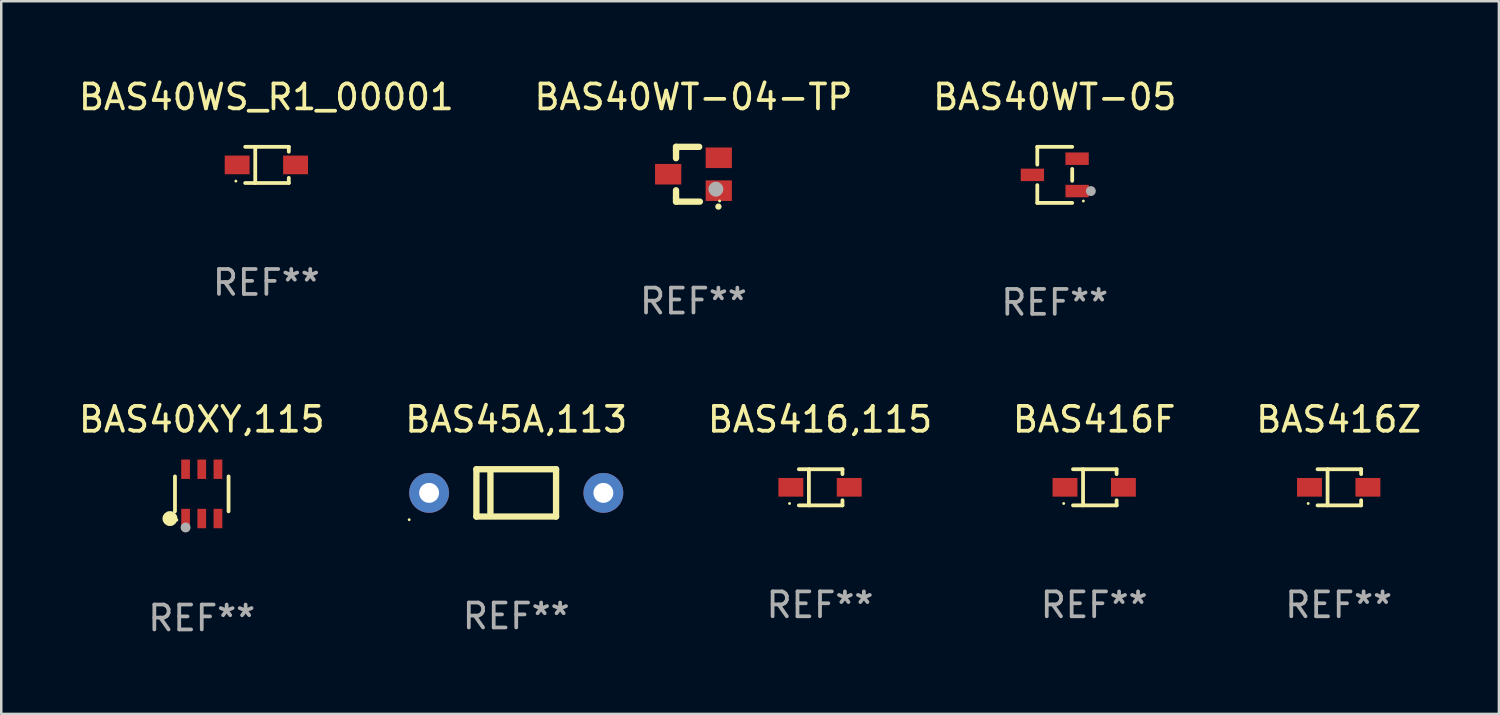
<source format=kicad_pcb>
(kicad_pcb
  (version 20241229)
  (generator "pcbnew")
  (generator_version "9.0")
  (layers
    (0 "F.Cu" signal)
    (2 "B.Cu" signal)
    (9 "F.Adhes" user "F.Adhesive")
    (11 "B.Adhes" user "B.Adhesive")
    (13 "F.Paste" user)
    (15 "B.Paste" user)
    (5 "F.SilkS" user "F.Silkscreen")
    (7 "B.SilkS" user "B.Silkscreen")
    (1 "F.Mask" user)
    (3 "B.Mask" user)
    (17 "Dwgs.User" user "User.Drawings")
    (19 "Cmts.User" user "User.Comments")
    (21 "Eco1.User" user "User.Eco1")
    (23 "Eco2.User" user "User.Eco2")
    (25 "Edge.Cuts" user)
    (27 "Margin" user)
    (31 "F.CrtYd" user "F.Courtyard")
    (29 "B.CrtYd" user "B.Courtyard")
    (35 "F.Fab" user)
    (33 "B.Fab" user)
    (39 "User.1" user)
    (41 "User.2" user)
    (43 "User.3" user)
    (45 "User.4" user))
  (footprint "BAS40XY,115"
    (layer "F.Cu")
    (at 5.054 16.787)
    (property "Reference" "BAS40XY,115" (at 0 -2.99 0) (layer "F.SilkS") (effects (font (size 1 1) (thickness 0.15))))
    (attr through_hole)
    (fp_line (start -1.076 0.701) (end -1.076 -0.701) (stroke (width 0.152) (type solid)) (layer "F.SilkS"))
    (fp_line (start 1.076 0.701) (end 1.076 -0.701) (stroke (width 0.152) (type solid)) (layer "F.SilkS"))
    (fp_circle (center -1.277 0.992) (end -1.127 0.992) (stroke (width 0.3) (type solid)) (fill no) (layer "F.SilkS"))
    (fp_circle (center -1 1.05) (end -0.97 1.05) (stroke (width 0.06) (type solid)) (fill no) (layer "F.SilkS"))
    (fp_circle (center -0.65 1.35) (end -0.55 1.35) (stroke (width 0.2) (type solid)) (fill no) (layer "F.Fab"))
    (fp_text user "REF**" (at 0 4.99 0) (layer "F.Fab") (effects (font (size 1 1) (thickness 0.15))))
    (pad "1" smd rect (at -0.65 0.99) (size 0.35 0.78) (layers "F.Cu" "F.Mask" "F.Paste"))
    (pad "2" smd rect (at 0 0.99) (size 0.35 0.78) (layers "F.Cu" "F.Mask" "F.Paste"))
    (pad "3" smd rect (at 0.65 0.99) (size 0.35 0.78) (layers "F.Cu" "F.Mask" "F.Paste"))
    (pad "4" smd rect (at 0.65 -0.99) (size 0.35 0.78) (layers "F.Cu" "F.Mask" "F.Paste"))
    (pad "5" smd rect (at 0 -0.99) (size 0.35 0.78) (layers "F.Cu" "F.Mask" "F.Paste"))
    (pad "6" smd rect (at -0.65 -0.99) (size 0.35 0.78) (layers "F.Cu" "F.Mask" "F.Paste")))
  (footprint "BAS416,115"
    (layer "F.Cu")
    (at 29.887 16.523)
    (property "Reference" "BAS416,115" (at 0 -2.726 0) (layer "F.SilkS") (effects (font (size 1 1) (thickness 0.15))))
    (attr through_hole)
    (fp_line (start -0.851 -0.726) (end 0.901 -0.726) (stroke (width 0.152) (type solid)) (layer "F.SilkS"))
    (fp_line (start -0.851 0.726) (end 0.901 0.726) (stroke (width 0.152) (type solid)) (layer "F.SilkS"))
    (fp_line (start -0.447 -0.726) (end -0.447 0.726) (stroke (width 0.152) (type solid)) (layer "F.SilkS"))
    (fp_line (start 0.901 -0.726) (end 0.901 -0.53) (stroke (width 0.152) (type solid)) (layer "F.SilkS"))
    (fp_line (start 0.901 0.726) (end 0.901 0.52) (stroke (width 0.152) (type solid)) (layer "F.SilkS"))
    (fp_circle (center -1.225 0.65) (end -1.195 0.65) (stroke (width 0.06) (type solid)) (fill no) (layer "F.SilkS"))
    (fp_text user "REF**" (at 0 4.726 0) (layer "F.Fab") (effects (font (size 1 1) (thickness 0.15))))
    (pad "1" smd rect (at -1.173 0) (size 1 0.75) (layers "F.Cu" "F.Mask" "F.Paste"))
    (pad "2" smd rect (at 1.173 0) (size 1 0.75) (layers "F.Cu" "F.Mask" "F.Paste")))
  (footprint "BAS40WS_R1_00001"
    (layer "F.Cu")
    (at 7.649 3.574)
    (property "Reference" "BAS40WS_R1_00001" (at 0 -2.726 0) (layer "F.SilkS") (effects (font (size 1 1) (thickness 0.15))))
    (attr through_hole)
    (fp_line (start -0.851 -0.726) (end 0.901 -0.726) (stroke (width 0.152) (type solid)) (layer "F.SilkS"))
    (fp_line (start -0.851 0.726) (end 0.901 0.726) (stroke (width 0.152) (type solid)) (layer "F.SilkS"))
    (fp_line (start -0.447 -0.726) (end -0.447 0.726) (stroke (width 0.152) (type solid)) (layer "F.SilkS"))
    (fp_line (start 0.901 -0.726) (end 0.901 -0.53) (stroke (width 0.152) (type solid)) (layer "F.SilkS"))
    (fp_line (start 0.901 0.726) (end 0.901 0.52) (stroke (width 0.152) (type solid)) (layer "F.SilkS"))
    (fp_circle (center -1.225 0.65) (end -1.195 0.65) (stroke (width 0.06) (type solid)) (fill no) (layer "F.SilkS"))
    (fp_text user "REF**" (at 0 4.726 0) (layer "F.Fab") (effects (font (size 1 1) (thickness 0.15))))
    (pad "1" smd rect (at -1.173 0) (size 1 0.75) (layers "F.Cu" "F.Mask" "F.Paste"))
    (pad "2" smd rect (at 1.173 0) (size 1 0.75) (layers "F.Cu" "F.Mask" "F.Paste")))
  (footprint "BAS416F"
    (layer "F.Cu")
    (at 40.899 16.523)
    (property "Reference" "BAS416F" (at 0 -2.726 0) (layer "F.SilkS") (effects (font (size 1 1) (thickness 0.15))))
    (attr through_hole)
    (fp_line (start -0.851 -0.726) (end 0.901 -0.726) (stroke (width 0.152) (type solid)) (layer "F.SilkS"))
    (fp_line (start -0.851 0.726) (end 0.901 0.726) (stroke (width 0.152) (type solid)) (layer "F.SilkS"))
    (fp_line (start -0.447 -0.726) (end -0.447 0.726) (stroke (width 0.152) (type solid)) (layer "F.SilkS"))
    (fp_line (start 0.901 -0.726) (end 0.901 -0.53) (stroke (width 0.152) (type solid)) (layer "F.SilkS"))
    (fp_line (start 0.901 0.726) (end 0.901 0.52) (stroke (width 0.152) (type solid)) (layer "F.SilkS"))
    (fp_circle (center -1.225 0.65) (end -1.195 0.65) (stroke (width 0.06) (type solid)) (fill no) (layer "F.SilkS"))
    (fp_text user "REF**" (at 0 4.726 0) (layer "F.Fab") (effects (font (size 1 1) (thickness 0.15))))
    (pad "1" smd rect (at -1.173 0) (size 1 0.75) (layers "F.Cu" "F.Mask" "F.Paste"))
    (pad "2" smd rect (at 1.173 0) (size 1 0.75) (layers "F.Cu" "F.Mask" "F.Paste")))
  (footprint "BAS45A,113"
    (layer "F.Cu")
    (at 17.685 16.747)
    (property "Reference" "BAS45A,113" (at 0 -2.95 0) (layer "F.SilkS") (effects (font (size 1 1) (thickness 0.15))))
    (attr through_hole)
    (fp_line (start -1.6 -0.95) (end -1.6 0.95) (stroke (width 0.254) (type solid)) (layer "F.SilkS"))
    (fp_line (start -1.6 -0.95) (end 1.6 -0.95) (stroke (width 0.254) (type solid)) (layer "F.SilkS"))
    (fp_line (start -1.6 0.95) (end 1.6 0.95) (stroke (width 0.254) (type solid)) (layer "F.SilkS"))
    (fp_line (start -1.037 -0.8) (end -1.037 0.8) (stroke (width 0.254) (type solid)) (layer "F.SilkS"))
    (fp_line (start 1.6 0.95) (end 1.6 -0.95) (stroke (width 0.254) (type solid)) (layer "F.SilkS"))
    (fp_circle (center -4.3 1.077) (end -4.27 1.077) (stroke (width 0.06) (type solid)) (fill no) (layer "F.SilkS"))
    (fp_text user "REF**" (at 0 4.95 0) (layer "F.Fab") (effects (font (size 1 1) (thickness 0.15))))
    (pad "1" thru_hole circle (at -3.5 0) (size 1.6 1.6) (drill 0.8) (layers "*.Cu" "*.Mask"))
    (pad "2" thru_hole circle (at 3.5 0) (size 1.6 1.6) (drill 0.8) (layers "*.Cu" "*.Mask")))
  (footprint "BAS40WT-05"
    (layer "F.Cu")
    (at 39.315 3.974)
    (property "Reference" "BAS40WT-05" (at 0 -3.126 0) (layer "F.SilkS") (effects (font (size 1 1) (thickness 0.15))))
    (attr through_hole)
    (fp_line (start -0.701 -1.126) (end -0.701 -0.411) (stroke (width 0.152) (type solid)) (layer "F.SilkS"))
    (fp_line (start -0.701 1.126) (end -0.701 0.411) (stroke (width 0.152) (type solid)) (layer "F.SilkS"))
    (fp_line (start 0.701 -1.126) (end -0.701 -1.126) (stroke (width 0.152) (type solid)) (layer "F.SilkS"))
    (fp_line (start 0.701 -0.239) (end 0.701 0.239) (stroke (width 0.152) (type solid)) (layer "F.SilkS"))
    (fp_line (start 0.701 1.126) (end -0.701 1.126) (stroke (width 0.152) (type solid)) (layer "F.SilkS"))
    (fp_circle (center 1.15 1.05) (end 1.18 1.05) (stroke (width 0.06) (type solid)) (fill no) (layer "F.SilkS"))
    (fp_circle (center 1.45 0.65) (end 1.55 0.65) (stroke (width 0.2) (type solid)) (fill no) (layer "F.Fab"))
    (fp_text user "REF**" (at 0 5.126 0) (layer "F.Fab") (effects (font (size 1 1) (thickness 0.15))))
    (pad "1" smd rect (at 0.898 0.65) (size 0.936 0.5) (layers "F.Cu" "F.Mask" "F.Paste"))
    (pad "2" smd rect (at 0.898 -0.65) (size 0.936 0.5) (layers "F.Cu" "F.Mask" "F.Paste"))
    (pad "3" smd rect (at -0.898 0) (size 0.936 0.5) (layers "F.Cu" "F.Mask" "F.Paste")))
  (footprint "BAS40WT-04-TP"
    (layer "F.Cu")
    (at 24.804 3.948)
    (property "Reference" "BAS40WT-04-TP" (at 0 -3.1 0) (layer "F.SilkS") (effects (font (size 1 1) (thickness 0.15))))
    (attr through_hole)
    (fp_line (start -0.701 -0.95) (end -0.701 -1.1) (stroke (width 0.254) (type solid)) (layer "F.SilkS"))
    (fp_line (start -0.701 -0.644) (end -0.701 -0.95) (stroke (width 0.254) (type solid)) (layer "F.SilkS"))
    (fp_line (start -0.701 0.95) (end -0.701 0.644) (stroke (width 0.254) (type solid)) (layer "F.SilkS"))
    (fp_line (start -0.701 0.95) (end -0.701 1.1) (stroke (width 0.254) (type solid)) (layer "F.SilkS"))
    (fp_line (start -0.7 -1.1) (end 0.23 -1.1) (stroke (width 0.254) (type solid)) (layer "F.SilkS"))
    (fp_line (start -0.7 1.1) (end 0.258 1.1) (stroke (width 0.254) (type solid)) (layer "F.SilkS"))
    (fp_arc (start 1 1.3) (mid 1.00127 1.299994) (end 1.00254 1.3) (stroke (width 0.24892) (type solid)) (layer "F.SilkS"))
    (fp_circle (center 1.05 1.075) (end 1.08 1.075) (stroke (width 0.06) (type solid)) (fill no) (layer "F.SilkS"))
    (fp_circle (center 0.9 0.6) (end 1.05 0.6) (stroke (width 0.3) (type solid)) (fill no) (layer "F.Fab"))
    (fp_text user "REF**" (at 0 5.1 0) (layer "F.Fab") (effects (font (size 1 1) (thickness 0.15))))
    (pad "1" smd rect (at 1.016 0.66) (size 1.054 0.826) (layers "F.Cu" "F.Mask" "F.Paste"))
    (pad "2" smd rect (at 1.016 -0.66) (size 1.054 0.826) (layers "F.Cu" "F.Mask" "F.Paste"))
    (pad "3" smd rect (at -1.016 0) (size 1.054 0.826) (layers "F.Cu" "F.Mask" "F.Paste")))
  (footprint "BAS416Z"
    (layer "F.Cu")
    (at 50.72 16.523)
    (property "Reference" "BAS416Z" (at 0 -2.726 0) (layer "F.SilkS") (effects (font (size 1 1) (thickness 0.15))))
    (attr through_hole)
    (fp_line (start -0.851 -0.726) (end 0.901 -0.726) (stroke (width 0.152) (type solid)) (layer "F.SilkS"))
    (fp_line (start -0.851 0.726) (end 0.901 0.726) (stroke (width 0.152) (type solid)) (layer "F.SilkS"))
    (fp_line (start -0.447 -0.726) (end -0.447 0.726) (stroke (width 0.152) (type solid)) (layer "F.SilkS"))
    (fp_line (start 0.901 -0.726) (end 0.901 -0.53) (stroke (width 0.152) (type solid)) (layer "F.SilkS"))
    (fp_line (start 0.901 0.726) (end 0.901 0.52) (stroke (width 0.152) (type solid)) (layer "F.SilkS"))
    (fp_circle (center -1.225 0.65) (end -1.195 0.65) (stroke (width 0.06) (type solid)) (fill no) (layer "F.SilkS"))
    (fp_text user "REF**" (at 0 4.726 0) (layer "F.Fab") (effects (font (size 1 1) (thickness 0.15))))
    (pad "1" smd rect (at -1.173 0) (size 1 0.75) (layers "F.Cu" "F.Mask" "F.Paste"))
    (pad "2" smd rect (at 1.173 0) (size 1 0.75) (layers "F.Cu" "F.Mask" "F.Paste")))
  (gr_rect
    (start -3 -3)
    (end 57.155 25.625)
    (stroke (width 0.1) (type default))
    (fill no)
    (layer "Edge.Cuts")))
</source>
